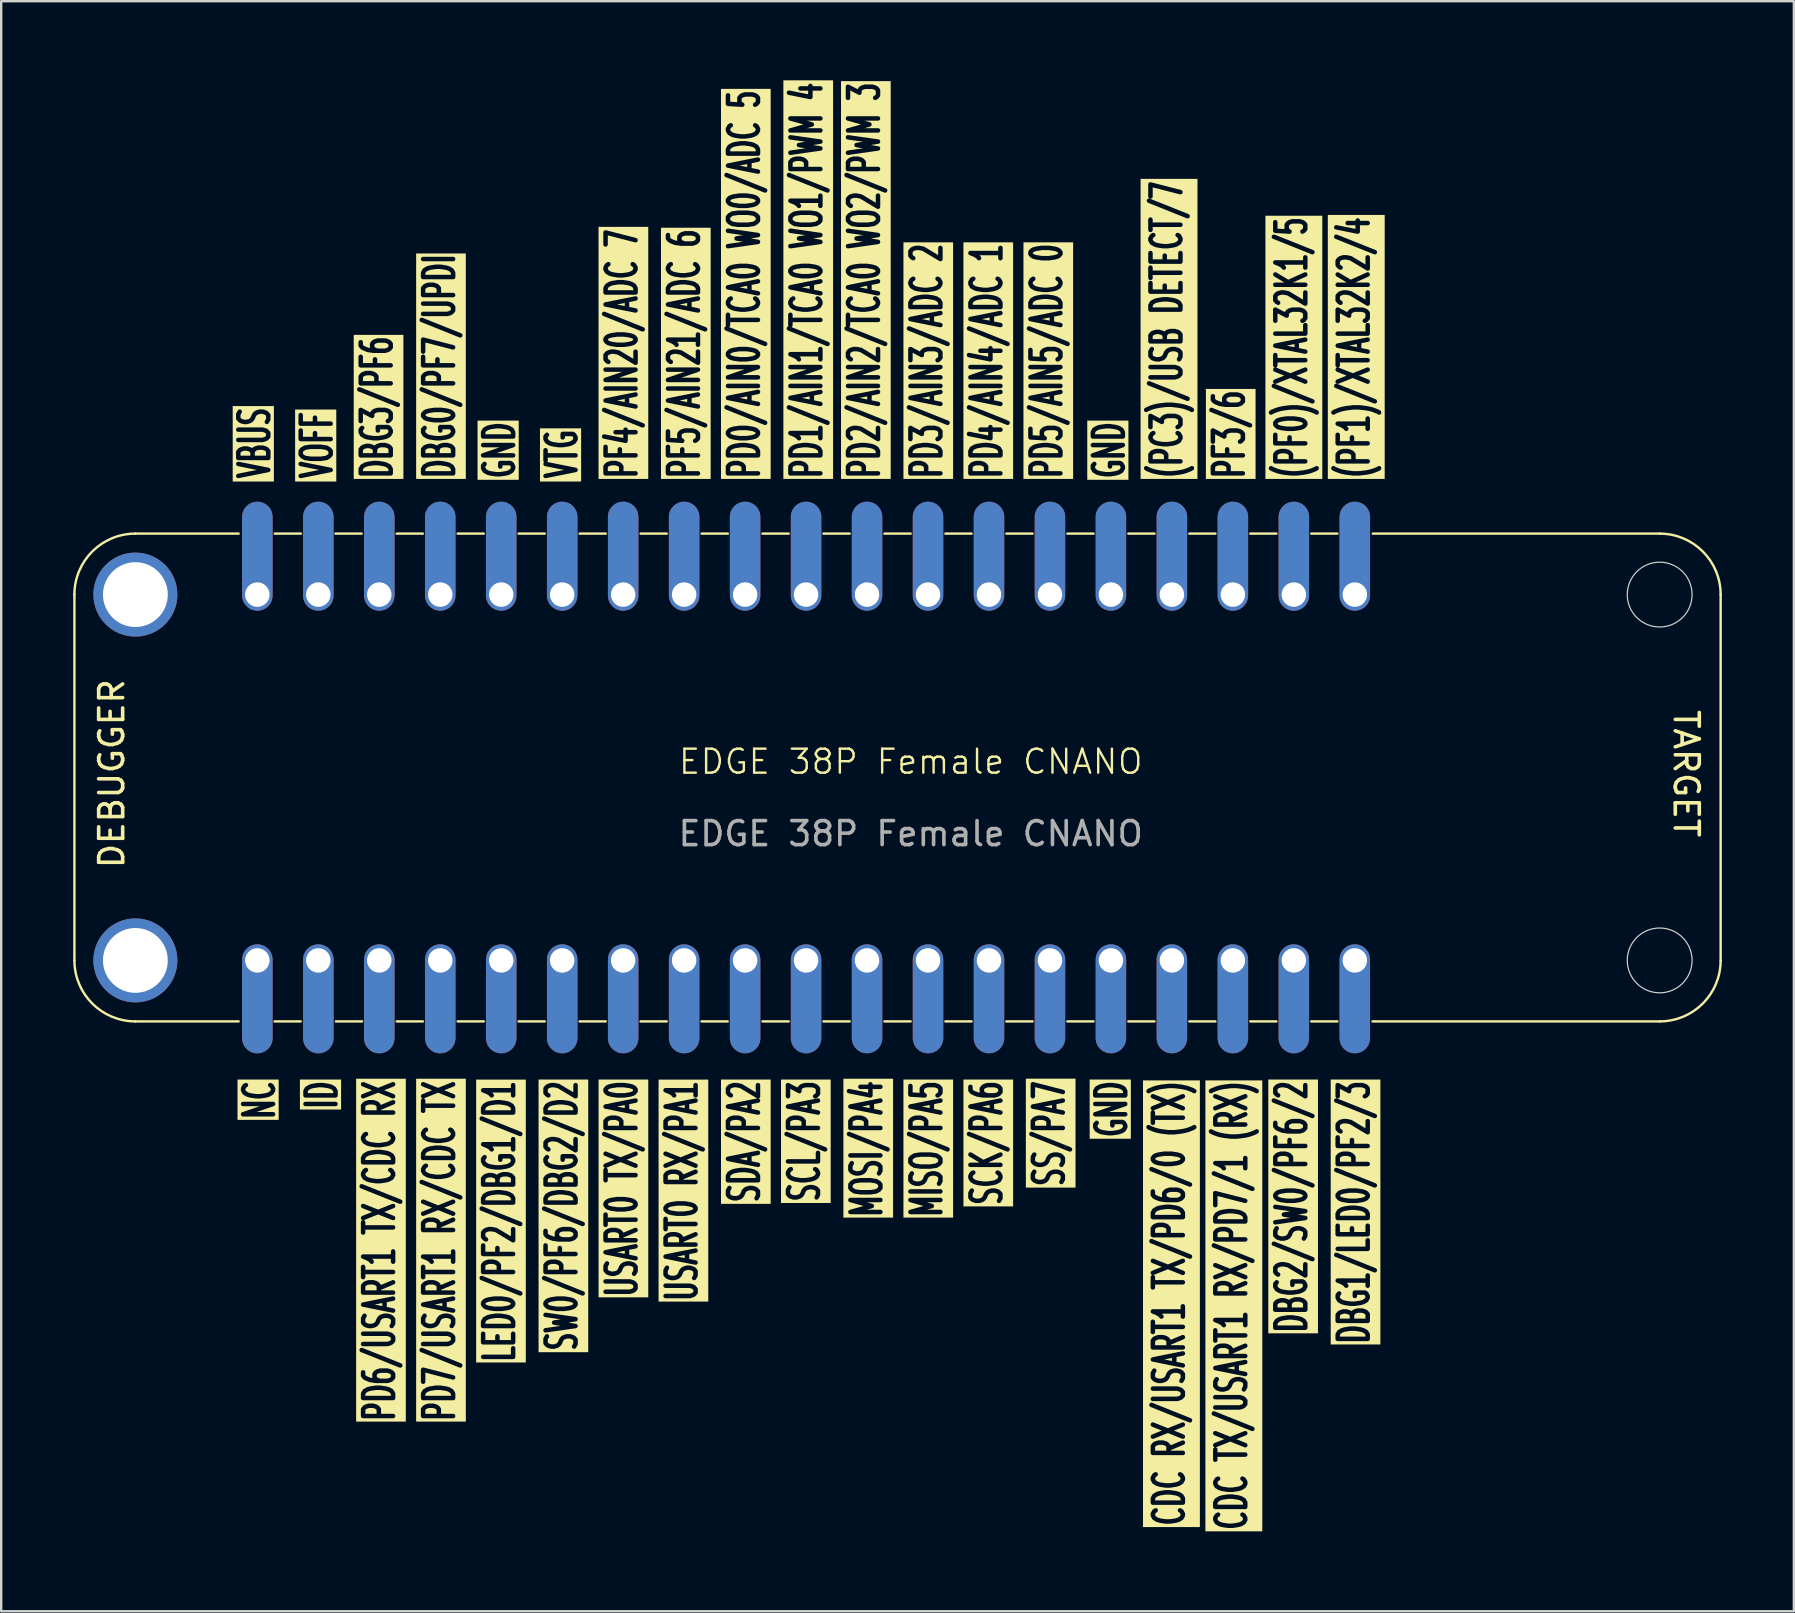
<source format=kicad_pcb>
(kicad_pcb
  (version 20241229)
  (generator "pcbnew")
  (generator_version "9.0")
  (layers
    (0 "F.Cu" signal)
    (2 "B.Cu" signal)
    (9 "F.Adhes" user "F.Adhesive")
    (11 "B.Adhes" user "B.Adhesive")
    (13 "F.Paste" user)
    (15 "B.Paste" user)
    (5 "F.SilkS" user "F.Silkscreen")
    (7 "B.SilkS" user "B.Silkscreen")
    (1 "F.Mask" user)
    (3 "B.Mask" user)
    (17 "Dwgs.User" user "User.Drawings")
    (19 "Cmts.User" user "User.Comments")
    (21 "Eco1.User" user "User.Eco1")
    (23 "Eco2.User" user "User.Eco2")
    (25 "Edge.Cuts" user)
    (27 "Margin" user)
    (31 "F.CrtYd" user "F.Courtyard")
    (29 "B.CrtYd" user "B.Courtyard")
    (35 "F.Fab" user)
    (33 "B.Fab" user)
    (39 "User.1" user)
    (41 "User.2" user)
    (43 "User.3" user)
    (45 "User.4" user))
  (footprint "EDGE 38P Female CNANO"
    (layer "F.Cu")
    (at 34.89 29.18)
    (property "Reference" "EDGE 38P Female CNANO" (at 0 -0.5 0) (unlocked yes) (layer "F.SilkS") (effects (font (size 1 1) (thickness 0.1))))
    (attr smd)
    (private_layers "User.1" "User.2")
    (fp_line (start -34.84 -7.46) (end -34.84 7.78) (stroke (width 0.1) (type default)) (layer "F.SilkS"))
    (fp_line (start -32.3 -10) (end -28 -10) (stroke (width 0.1) (type default)) (layer "F.SilkS"))
    (fp_line (start -32.3 10.32) (end -28 10.32) (stroke (width 0.1) (type default)) (layer "F.SilkS"))
    (fp_line (start -26.5 10.32) (end -25.41 10.32) (stroke (width 0.1) (type default)) (layer "F.SilkS"))
    (fp_line (start -26.495 -10) (end -25.405 -10) (stroke (width 0.1) (type default)) (layer "F.SilkS"))
    (fp_line (start -23.965 -10) (end -22.875 -10) (stroke (width 0.1) (type default)) (layer "F.SilkS"))
    (fp_line (start -23.945 10.32) (end -22.855 10.32) (stroke (width 0.1) (type default)) (layer "F.SilkS"))
    (fp_line (start -21.415 -10) (end -20.325 -10) (stroke (width 0.1) (type default)) (layer "F.SilkS"))
    (fp_line (start -21.415 10.32) (end -20.325 10.32) (stroke (width 0.1) (type default)) (layer "F.SilkS"))
    (fp_line (start -18.875 -10) (end -17.785 -10) (stroke (width 0.1) (type default)) (layer "F.SilkS"))
    (fp_line (start -18.875 10.32) (end -17.785 10.32) (stroke (width 0.1) (type default)) (layer "F.SilkS"))
    (fp_line (start -16.335 -10) (end -15.245 -10) (stroke (width 0.1) (type default)) (layer "F.SilkS"))
    (fp_line (start -16.335 10.32) (end -15.245 10.32) (stroke (width 0.1) (type default)) (layer "F.SilkS"))
    (fp_line (start -13.795 -10) (end -12.705 -10) (stroke (width 0.1) (type default)) (layer "F.SilkS"))
    (fp_line (start -13.795 10.32) (end -12.705 10.32) (stroke (width 0.1) (type default)) (layer "F.SilkS"))
    (fp_line (start -11.255 -10) (end -10.165 -10) (stroke (width 0.1) (type default)) (layer "F.SilkS"))
    (fp_line (start -11.255 10.32) (end -10.165 10.32) (stroke (width 0.1) (type default)) (layer "F.SilkS"))
    (fp_line (start -8.715 10.32) (end -7.625 10.32) (stroke (width 0.1) (type default)) (layer "F.SilkS"))
    (fp_line (start -8.71 -10) (end -7.62 -10) (stroke (width 0.1) (type default)) (layer "F.SilkS"))
    (fp_line (start -6.175 -10) (end -5.085 -10) (stroke (width 0.1) (type default)) (layer "F.SilkS"))
    (fp_line (start -6.175 10.32) (end -5.085 10.32) (stroke (width 0.1) (type default)) (layer "F.SilkS"))
    (fp_line (start -3.635 -10) (end -2.545 -10) (stroke (width 0.1) (type default)) (layer "F.SilkS"))
    (fp_line (start -3.635 10.32) (end -2.545 10.32) (stroke (width 0.1) (type default)) (layer "F.SilkS"))
    (fp_line (start -1.095 -10) (end -0.005 -10) (stroke (width 0.1) (type default)) (layer "F.SilkS"))
    (fp_line (start -1.095 10.32) (end -0.005 10.32) (stroke (width 0.1) (type default)) (layer "F.SilkS"))
    (fp_line (start 1.445 -10) (end 2.535 -10) (stroke (width 0.1) (type default)) (layer "F.SilkS"))
    (fp_line (start 1.445 10.32) (end 2.535 10.32) (stroke (width 0.1) (type default)) (layer "F.SilkS"))
    (fp_line (start 3.985 -10) (end 5.075 -10) (stroke (width 0.1) (type default)) (layer "F.SilkS"))
    (fp_line (start 3.985 10.32) (end 5.075 10.32) (stroke (width 0.1) (type default)) (layer "F.SilkS"))
    (fp_line (start 6.525 -10) (end 7.615 -10) (stroke (width 0.1) (type default)) (layer "F.SilkS"))
    (fp_line (start 6.525 10.32) (end 7.615 10.32) (stroke (width 0.1) (type default)) (layer "F.SilkS"))
    (fp_line (start 9.065 -10) (end 10.155 -10) (stroke (width 0.1) (type default)) (layer "F.SilkS"))
    (fp_line (start 9.065 10.32) (end 10.155 10.32) (stroke (width 0.1) (type default)) (layer "F.SilkS"))
    (fp_line (start 11.605 -10) (end 12.695 -10) (stroke (width 0.1) (type default)) (layer "F.SilkS"))
    (fp_line (start 11.605 10.32) (end 12.695 10.32) (stroke (width 0.1) (type default)) (layer "F.SilkS"))
    (fp_line (start 14.145 -10) (end 15.235 -10) (stroke (width 0.1) (type default)) (layer "F.SilkS"))
    (fp_line (start 14.145 10.32) (end 15.235 10.32) (stroke (width 0.1) (type default)) (layer "F.SilkS"))
    (fp_line (start 16.685 -10) (end 17.775 -10) (stroke (width 0.1) (type default)) (layer "F.SilkS"))
    (fp_line (start 16.685 10.32) (end 17.775 10.32) (stroke (width 0.1) (type default)) (layer "F.SilkS"))
    (fp_line (start 31.2 -10) (end 19.25 -10) (stroke (width 0.1) (type default)) (layer "F.SilkS"))
    (fp_line (start 31.2 10.32) (end 19.24 10.32) (stroke (width 0.1) (type default)) (layer "F.SilkS"))
    (fp_line (start 33.74 -7.46) (end 33.74 7.78) (stroke (width 0.1) (type default)) (layer "F.SilkS"))
    (fp_arc (start -34.84 -7.46) (mid -34.096051 -9.256051) (end -32.3 -10) (stroke (width 0.1) (type default)) (layer "F.SilkS"))
    (fp_arc (start -32.3 10.32) (mid -34.096051 9.576051) (end -34.84 7.78) (stroke (width 0.1) (type default)) (layer "F.SilkS"))
    (fp_arc (start 31.2 -10) (mid 32.996051 -9.256051) (end 33.74 -7.46) (stroke (width 0.1) (type default)) (layer "F.SilkS"))
    (fp_arc (start 33.74 7.78) (mid 32.996051 9.576051) (end 31.2 10.32) (stroke (width 0.1) (type default)) (layer "F.SilkS"))
    (fp_circle (center 31.2 -7.46) (end 29.85 -7.46) (stroke (width 0.05) (type default)) (fill no) (layer "Edge.Cuts"))
    (fp_circle (center 31.2 7.78) (end 31.2 6.43) (stroke (width 0.05) (type default)) (fill no) (layer "Edge.Cuts"))
    (fp_line (start -32.3 -10) (end -27.22 -10) (stroke (width 0.1) (type default)) (layer "User.1"))
    (fp_line (start -32.3 -7.46) (end 31.2 -7.46) (stroke (width 0.1) (type default)) (layer "User.1"))
    (fp_line (start -32.3 7.78) (end 31.2 7.78) (stroke (width 0.1) (type default)) (layer "User.1"))
    (fp_line (start -32.3 10.32) (end -27.22 10.32) (stroke (width 0.1) (type default)) (layer "User.1"))
    (fp_line (start -27.22 -10) (end -27.22 -7.46) (stroke (width 0.1) (type default)) (layer "User.1"))
    (fp_line (start -27.22 10.32) (end -27.22 7.78) (stroke (width 0.1) (type default)) (layer "User.1"))
    (fp_rect (start -34.84 -10) (end -32.3 -7.46) (stroke (width 0.1) (type solid)) (fill no) (layer "User.1"))
    (fp_rect (start -34.84 7.78) (end -32.3 10.32) (stroke (width 0.1) (type solid)) (fill no) (layer "User.1"))
    (fp_rect (start 31.2 -10) (end 33.74 -7.46) (stroke (width 0.1) (type solid)) (fill no) (layer "User.1"))
    (fp_rect (start 31.2 7.78) (end 33.74 10.32) (stroke (width 0.1) (type solid)) (fill no) (layer "User.1"))
    (fp_line (start -27.22 -7.46) (end -24.68 -7.46) (stroke (width 0.1) (type default)) (layer "User.2"))
    (fp_line (start -24.68 -7.46) (end -22.14 -7.46) (stroke (width 0.1) (type default)) (layer "User.2"))
    (fp_line (start -24.68 7.78) (end -27.22 7.78) (stroke (width 0.1) (type default)) (layer "User.2"))
    (fp_line (start -22.14 -7.46) (end -19.6 -7.46) (stroke (width 0.1) (type default)) (layer "User.2"))
    (fp_line (start -22.14 7.78) (end -24.68 7.78) (stroke (width 0.1) (type default)) (layer "User.2"))
    (fp_line (start -19.6 -7.46) (end -17.06 -7.46) (stroke (width 0.1) (type default)) (layer "User.2"))
    (fp_line (start -19.6 7.78) (end -22.14 7.78) (stroke (width 0.1) (type default)) (layer "User.2"))
    (fp_line (start -17.06 -7.46) (end -14.52 -7.46) (stroke (width 0.1) (type default)) (layer "User.2"))
    (fp_line (start -17.06 7.78) (end -19.6 7.78) (stroke (width 0.1) (type default)) (layer "User.2"))
    (fp_line (start -14.52 -7.46) (end -11.98 -7.46) (stroke (width 0.1) (type default)) (layer "User.2"))
    (fp_line (start -14.52 7.78) (end -17.06 7.78) (stroke (width 0.1) (type default)) (layer "User.2"))
    (fp_line (start -11.98 -7.46) (end -9.44 -7.46) (stroke (width 0.1) (type default)) (layer "User.2"))
    (fp_line (start -11.98 7.78) (end -14.52 7.78) (stroke (width 0.1) (type default)) (layer "User.2"))
    (fp_line (start -9.44 -7.46) (end -6.9 -7.46) (stroke (width 0.1) (type default)) (layer "User.2"))
    (fp_line (start -9.44 7.78) (end -11.98 7.78) (stroke (width 0.1) (type default)) (layer "User.2"))
    (fp_line (start -6.9 -7.46) (end -4.36 -7.46) (stroke (width 0.1) (type default)) (layer "User.2"))
    (fp_line (start -6.9 7.78) (end -9.44 7.78) (stroke (width 0.1) (type default)) (layer "User.2"))
    (fp_line (start -4.36 -7.46) (end -1.82 -7.46) (stroke (width 0.1) (type default)) (layer "User.2"))
    (fp_line (start -4.36 7.78) (end -6.9 7.78) (stroke (width 0.1) (type default)) (layer "User.2"))
    (fp_line (start -1.82 -7.46) (end 0.72 -7.46) (stroke (width 0.1) (type default)) (layer "User.2"))
    (fp_line (start -1.82 7.78) (end -4.36 7.78) (stroke (width 0.1) (type default)) (layer "User.2"))
    (fp_line (start 0.72 -7.46) (end 3.26 -7.46) (stroke (width 0.1) (type default)) (layer "User.2"))
    (fp_line (start 0.72 7.78) (end -1.82 7.78) (stroke (width 0.1) (type default)) (layer "User.2"))
    (fp_line (start 3.26 -7.46) (end 5.8 -7.46) (stroke (width 0.1) (type default)) (layer "User.2"))
    (fp_line (start 3.26 7.78) (end 0.72 7.78) (stroke (width 0.1) (type default)) (layer "User.2"))
    (fp_line (start 5.8 -7.46) (end 8.34 -7.46) (stroke (width 0.1) (type default)) (layer "User.2"))
    (fp_line (start 5.8 7.78) (end 3.26 7.78) (stroke (width 0.1) (type default)) (layer "User.2"))
    (fp_line (start 8.34 -7.46) (end 10.88 -7.46) (stroke (width 0.1) (type default)) (layer "User.2"))
    (fp_line (start 8.34 7.78) (end 5.8 7.78) (stroke (width 0.1) (type default)) (layer "User.2"))
    (fp_line (start 10.88 -7.46) (end 13.42 -7.46) (stroke (width 0.1) (type default)) (layer "User.2"))
    (fp_line (start 10.88 7.78) (end 8.34 7.78) (stroke (width 0.1) (type default)) (layer "User.2"))
    (fp_line (start 13.42 -7.46) (end 15.96 -7.46) (stroke (width 0.1) (type default)) (layer "User.2"))
    (fp_line (start 13.42 7.78) (end 10.88 7.78) (stroke (width 0.1) (type default)) (layer "User.2"))
    (fp_line (start 15.96 -7.46) (end 18.5 -7.46) (stroke (width 0.1) (type default)) (layer "User.2"))
    (fp_line (start 15.96 7.78) (end 13.42 7.78) (stroke (width 0.1) (type default)) (layer "User.2"))
    (fp_line (start 18.5 7.78) (end 15.96 7.78) (stroke (width 0.1) (type default)) (layer "User.2"))
    (fp_text user "GND" (at 9 -12.2 90) (unlocked yes) (layer "F.SilkS" knockout) (effects (font (size 1.25 0.75) (thickness 0.2) (bold yes)) (justify left bottom)))
    (fp_text user "GND" (at -16.4 -12.2 90) (unlocked yes) (layer "F.SilkS" knockout) (effects (font (size 1.25 0.75) (thickness 0.2) (bold yes)) (justify left bottom)))
    (fp_text user "ID" (at -23.8 12.7 90) (unlocked yes) (layer "F.SilkS" knockout) (effects (font (size 1.25 0.75) (thickness 0.2) (bold yes)) (justify right bottom)))
    (fp_text user "TARGET" (at 31.72 0 270) (unlocked yes) (layer "F.SilkS") (effects (font (size 1 1) (thickness 0.15)) (justify bottom)))
    (fp_text user "PD7/USART1 RX/CDC TX" (at -18.9 12.7 90) (unlocked yes) (layer "F.SilkS" knockout) (effects (font (size 1.25 0.75) (thickness 0.2) (bold yes)) (justify right bottom)))
    (fp_text user "DBG3/PF6" (at -21.5 -12.2 90) (unlocked yes) (layer "F.SilkS" knockout) (effects (font (size 1.25 0.75) (thickness 0.2) (bold yes)) (justify left bottom)))
    (fp_text user "(PF0)/XTAL32K1/5" (at 16.6 -12.2 90) (unlocked yes) (layer "F.SilkS" knockout) (effects (font (size 1.25 0.75) (thickness 0.2) (bold yes)) (justify left bottom)))
    (fp_text user "VTG" (at -13.8 -12.2 90) (unlocked yes) (layer "F.SilkS" knockout) (effects (font (size 1.25 0.75) (thickness 0.2) (bold yes)) (justify left bottom)))
    (fp_text user "MISO/PA5" (at 1.4 12.7 90) (unlocked yes) (layer "F.SilkS" knockout) (effects (font (size 1.25 0.75) (thickness 0.2) (bold yes)) (justify right bottom)))
    (fp_text user "PF5/AIN21/ADC 6" (at -8.7 -12.2 90) (unlocked yes) (layer "F.SilkS" knockout) (effects (font (size 1.25 0.75) (thickness 0.2) (bold yes)) (justify left bottom)))
    (fp_text user "PF3/6" (at 14 -12.2 90) (unlocked yes) (layer "F.SilkS" knockout) (effects (font (size 1.25 0.75) (thickness 0.2) (bold yes)) (justify left bottom)))
    (fp_text user "SDA/PA2" (at -6.2 12.7 90) (unlocked yes) (layer "F.SilkS" knockout) (effects (font (size 1.25 0.75) (thickness 0.2) (bold yes)) (justify right bottom)))
    (fp_text user "PD0/AIN0/TCA0 WO0/ADC 5" (at -6.2 -12.2 90) (unlocked yes) (layer "F.SilkS" knockout) (effects (font (size 1.25 0.75) (thickness 0.2) (bold yes)) (justify left bottom)))
    (fp_text user "NC" (at -26.4 12.7 90) (unlocked yes) (layer "F.SilkS" knockout) (effects (font (size 1.25 0.75) (thickness 0.2) (bold yes)) (justify right bottom)))
    (fp_text user "SS/PA7" (at 6.5 12.7 90) (unlocked yes) (layer "F.SilkS" knockout) (effects (font (size 1.25 0.75) (thickness 0.2) (bold yes)) (justify right bottom)))
    (fp_text user "CDC RX/USART1 TX/PD6/0 (TX)" (at 11.5 12.7 90) (unlocked yes) (layer "F.SilkS" knockout) (effects (font (size 1.25 0.75) (thickness 0.2) (bold yes)) (justify right bottom)))
    (fp_text user "SCK/PA6" (at 3.9 12.7 90) (unlocked yes) (layer "F.SilkS" knockout) (effects (font (size 1.25 0.75) (thickness 0.2) (bold yes)) (justify right bottom)))
    (fp_text user "PD6/USART1 TX/CDC RX" (at -21.4 12.7 90) (unlocked yes) (layer "F.SilkS" knockout) (effects (font (size 1.25 0.75) (thickness 0.2) (bold yes)) (justify right bottom)))
    (fp_text user "PD2/AIN2/TCA0 WO2/PWM 3" (at -1.2 -12.2 90) (unlocked yes) (layer "F.SilkS" knockout) (effects (font (size 1.25 0.75) (thickness 0.2) (bold yes)) (justify left bottom)))
    (fp_text user "USART0 TX/PA0" (at -11.3 12.7 90) (unlocked yes) (layer "F.SilkS" knockout) (effects (font (size 1.25 0.75) (thickness 0.2) (bold yes)) (justify right bottom)))
    (fp_text user "DEBUGGER" (at -32.7 0 90) (unlocked yes) (layer "F.SilkS") (effects (font (size 1 1) (thickness 0.15)) (justify bottom)))
    (fp_text user "(PF1)/XTAL32K2/4" (at 19.2 -12.2 90) (unlocked yes) (layer "F.SilkS" knockout) (effects (font (size 1.25 0.75) (thickness 0.2) (bold yes)) (justify left bottom)))
    (fp_text user "PD5/AIN5/ADC 0" (at 6.4 -12.2 90) (unlocked yes) (layer "F.SilkS" knockout) (effects (font (size 1.25 0.75) (thickness 0.2) (bold yes)) (justify left bottom)))
    (fp_text user "MOSI/PA4" (at -1.1 12.7 90) (unlocked yes) (layer "F.SilkS" knockout) (effects (font (size 1.25 0.75) (thickness 0.2) (bold yes)) (justify right bottom)))
    (fp_text user "DBG0/PF7/UPDI" (at -18.9 -12.2 90) (unlocked yes) (layer "F.SilkS" knockout) (effects (font (size 1.25 0.75) (thickness 0.2) (bold yes)) (justify left bottom)))
    (fp_text user "VOFF" (at -24 -12.2 90) (unlocked yes) (layer "F.SilkS" knockout) (effects (font (size 1.25 0.75) (thickness 0.2) (bold yes)) (justify left bottom)))
    (fp_text user "DBG1/LED0/PF2/3" (at 19.2 12.7 90) (unlocked yes) (layer "F.SilkS" knockout) (effects (font (size 1.25 0.75) (thickness 0.2) (bold yes)) (justify right bottom)))
    (fp_text user "CDC TX/USART1 RX/PD7/1 (RX)" (at 14.1 12.7 90) (unlocked yes) (layer "F.SilkS" knockout) (effects (font (size 1.25 0.75) (thickness 0.2) (bold yes)) (justify right bottom)))
    (fp_text user "PD4/AIN4/ADC 1" (at 3.9 -12.2 90) (unlocked yes) (layer "F.SilkS" knockout) (effects (font (size 1.25 0.75) (thickness 0.2) (bold yes)) (justify left bottom)))
    (fp_text user "PD3/AIN3/ADC 2" (at 1.4 -12.2 90) (unlocked yes) (layer "F.SilkS" knockout) (effects (font (size 1.25 0.75) (thickness 0.2) (bold yes)) (justify left bottom)))
    (fp_text user "GND" (at 9.1 12.7 90) (unlocked yes) (layer "F.SilkS" knockout) (effects (font (size 1.25 0.75) (thickness 0.2) (bold yes)) (justify right bottom)))
    (fp_text user "SCL/PA3" (at -3.7 12.7 90) (unlocked yes) (layer "F.SilkS" knockout) (effects (font (size 1.25 0.75) (thickness 0.2) (bold yes)) (justify right bottom)))
    (fp_text user "SW0/PF6/DBG2/D2" (at -13.8 12.7 90) (unlocked yes) (layer "F.SilkS" knockout) (effects (font (size 1.25 0.75) (thickness 0.2) (bold yes)) (justify right bottom)))
    (fp_text user "VBUS" (at -26.6 -12.2 90) (unlocked yes) (layer "F.SilkS" knockout) (effects (font (size 1.25 0.75) (thickness 0.2) (bold yes)) (justify left bottom)))
    (fp_text user "USART0 RX/PA1" (at -8.8 12.7 90) (unlocked yes) (layer "F.SilkS" knockout) (effects (font (size 1.25 0.75) (thickness 0.2) (bold yes)) (justify right bottom)))
    (fp_text user "PF4/AIN20/ADC 7" (at -11.3 -12.2 90) (unlocked yes) (layer "F.SilkS" knockout) (effects (font (size 1.25 0.75) (thickness 0.2) (bold yes)) (justify left bottom)))
    (fp_text user "LED0/PF2/DBG1/D1" (at -16.4 12.7 90) (unlocked yes) (layer "F.SilkS" knockout) (effects (font (size 1.25 0.75) (thickness 0.2) (bold yes)) (justify right bottom)))
    (fp_text user "(PC3)/USB DETECT/7" (at 11.4 -12.2 90) (unlocked yes) (layer "F.SilkS" knockout) (effects (font (size 1.25 0.75) (thickness 0.2) (bold yes)) (justify left bottom)))
    (fp_text user "DBG2/SW0/PF6/2" (at 16.6 12.7 90) (unlocked yes) (layer "F.SilkS" knockout) (effects (font (size 1.25 0.75) (thickness 0.2) (bold yes)) (justify right bottom)))
    (fp_text user "PD1/AIN1/TCA0 WO1/PWM 4" (at -3.6 -12.2 90) (unlocked yes) (layer "F.SilkS" knockout) (effects (font (size 1.25 0.75) (thickness 0.2) (bold yes)) (justify left bottom)))
    (fp_text user "${REFERENCE}" (at 0 2.5 0) (unlocked yes) (layer "F.Fab") (effects (font (size 1 1) (thickness 0.15))))
    (pad "1" thru_hole oval (at -27.22 7.78 270) (size 4.54 1.27) (drill 1.02 (offset 1.6 0)) (layers "*.Cu" "*.Mask"))
    (pad "2" thru_hole oval (at -24.68 7.78 270) (size 4.54 1.27) (drill 1.02 (offset 1.6 0)) (layers "*.Cu" "*.Mask"))
    (pad "3" thru_hole oval (at -22.14 7.78 270) (size 4.54 1.27) (drill 1.02 (offset 1.6 0)) (layers "*.Cu" "*.Mask"))
    (pad "4" thru_hole oval (at -19.6 7.78 270) (size 4.54 1.27) (drill 1.02 (offset 1.6 0)) (layers "*.Cu" "*.Mask"))
    (pad "5" thru_hole oval (at -17.06 7.78 270) (size 4.54 1.27) (drill 1.02 (offset 1.6 0)) (layers "*.Cu" "*.Mask"))
    (pad "6" thru_hole oval (at -14.52 7.78 270) (size 4.54 1.27) (drill 1.02 (offset 1.6 0)) (layers "*.Cu" "*.Mask"))
    (pad "7" thru_hole oval (at -11.98 7.78 270) (size 4.54 1.27) (drill 1.02 (offset 1.6 0)) (layers "*.Cu" "*.Mask"))
    (pad "8" thru_hole oval (at -9.44 7.78 270) (size 4.54 1.27) (drill 1.02 (offset 1.6 0)) (layers "*.Cu" "*.Mask"))
    (pad "9" thru_hole oval (at -6.9 7.78 270) (size 4.54 1.27) (drill 1.02 (offset 1.6 0)) (layers "*.Cu" "*.Mask"))
    (pad "10" thru_hole oval (at -4.36 7.78 270) (size 4.54 1.27) (drill 1.02 (offset 1.6 0)) (layers "*.Cu" "*.Mask"))
    (pad "11" thru_hole oval (at -1.82 7.78 270) (size 4.54 1.27) (drill 1.02 (offset 1.6 0)) (layers "*.Cu" "*.Mask"))
    (pad "12" thru_hole oval (at 0.72 7.78 270) (size 4.54 1.27) (drill 1.02 (offset 1.6 0)) (layers "*.Cu" "*.Mask"))
    (pad "13" thru_hole oval (at 3.26 7.78 270) (size 4.54 1.27) (drill 1.02 (offset 1.6 0)) (layers "*.Cu" "*.Mask"))
    (pad "14" thru_hole oval (at 5.8 7.78 270) (size 4.54 1.27) (drill 1.02 (offset 1.6 0)) (layers "*.Cu" "*.Mask"))
    (pad "15" thru_hole circle (at -32.3 7.78 270) (size 3.5 3.5) (drill 2.7) (layers "*.Cu" "*.Mask"))
    (pad "15" thru_hole oval (at 8.34 7.78 270) (size 4.54 1.27) (drill 1.02 (offset 1.6 0)) (layers "*.Cu" "*.Mask"))
    (pad "16" thru_hole oval (at 10.88 7.78 270) (size 4.54 1.27) (drill 1.02 (offset 1.6 0)) (layers "*.Cu" "*.Mask"))
    (pad "17" thru_hole oval (at 13.42 7.78 270) (size 4.54 1.27) (drill 1.02 (offset 1.6 0)) (layers "*.Cu" "*.Mask"))
    (pad "18" thru_hole oval (at 15.96 7.78 270) (size 4.54 1.27) (drill 1.02 (offset 1.6 0)) (layers "*.Cu" "*.Mask"))
    (pad "19" thru_hole oval (at 18.5 7.78 270) (size 4.54 1.27) (drill 1.02 (offset 1.6 0)) (layers "*.Cu" "*.Mask"))
    (pad "20" thru_hole oval (at 18.5 -7.46 90) (size 4.54 1.27) (drill 1.02 (offset 1.6 0)) (layers "*.Cu" "*.Mask"))
    (pad "21" thru_hole oval (at 15.96 -7.46 90) (size 4.54 1.27) (drill 1.02 (offset 1.6 0)) (layers "*.Cu" "*.Mask"))
    (pad "22" thru_hole oval (at 13.42 -7.46 90) (size 4.54 1.27) (drill 1.02 (offset 1.6 0)) (layers "*.Cu" "*.Mask"))
    (pad "23" thru_hole oval (at 10.88 -7.46 90) (size 4.54 1.27) (drill 1.02 (offset 1.6 0)) (layers "*.Cu" "*.Mask"))
    (pad "24" thru_hole oval (at 8.34 -7.46 90) (size 4.54 1.27) (drill 1.02 (offset 1.6 0)) (layers "*.Cu" "*.Mask"))
    (pad "25" thru_hole oval (at 5.8 -7.46 90) (size 4.54 1.27) (drill 1.02 (offset 1.6 0)) (layers "*.Cu" "*.Mask"))
    (pad "26" thru_hole oval (at 3.26 -7.46 90) (size 4.54 1.27) (drill 1.02 (offset 1.6 0)) (layers "*.Cu" "*.Mask"))
    (pad "27" thru_hole oval (at 0.72 -7.46 90) (size 4.54 1.27) (drill 1.02 (offset 1.6 0)) (layers "*.Cu" "*.Mask"))
    (pad "28" thru_hole oval (at -1.82 -7.46 90) (size 4.54 1.27) (drill 1.02 (offset 1.6 0)) (layers "*.Cu" "*.Mask"))
    (pad "29" thru_hole oval (at -4.36 -7.46 90) (size 4.54 1.27) (drill 1.02 (offset 1.6 0)) (layers "*.Cu" "*.Mask"))
    (pad "30" thru_hole oval (at -6.9 -7.46 90) (size 4.54 1.27) (drill 1.02 (offset 1.6 0)) (layers "*.Cu" "*.Mask"))
    (pad "31" thru_hole oval (at -9.44 -7.46 90) (size 4.54 1.27) (drill 1.02 (offset 1.6 0)) (layers "*.Cu" "*.Mask"))
    (pad "32" thru_hole oval (at -11.98 -7.46 90) (size 4.54 1.27) (drill 1.02 (offset 1.6 0)) (layers "*.Cu" "*.Mask"))
    (pad "33" thru_hole oval (at -14.52 -7.46 90) (size 4.54 1.27) (drill 1.02 (offset 1.6 0)) (layers "*.Cu" "*.Mask"))
    (pad "34" thru_hole circle (at -32.3 -7.46 270) (size 3.5 3.5) (drill 2.7) (layers "*.Cu" "*.Mask"))
    (pad "34" thru_hole oval (at -17.06 -7.46 90) (size 4.54 1.27) (drill 1.02 (offset 1.6 0)) (layers "*.Cu" "*.Mask"))
    (pad "35" thru_hole oval (at -19.6 -7.46 90) (size 4.54 1.27) (drill 1.02 (offset 1.6 0)) (layers "*.Cu" "*.Mask"))
    (pad "36" thru_hole oval (at -22.14 -7.46 90) (size 4.54 1.27) (drill 1.02 (offset 1.6 0)) (layers "*.Cu" "*.Mask"))
    (pad "37" thru_hole oval (at -24.68 -7.46 90) (size 4.54 1.27) (drill 1.02 (offset 1.6 0)) (layers "*.Cu" "*.Mask"))
    (pad "38" thru_hole oval (at -27.22 -7.46 90) (size 4.54 1.27) (drill 1.02 (offset 1.6 0)) (layers "*.Cu" "*.Mask")))
  (gr_rect
    (start -3 -3)
    (end 71.68 64.074)
    (stroke (width 0.1) (type default))
    (fill no)
    (layer "Edge.Cuts")))
</source>
